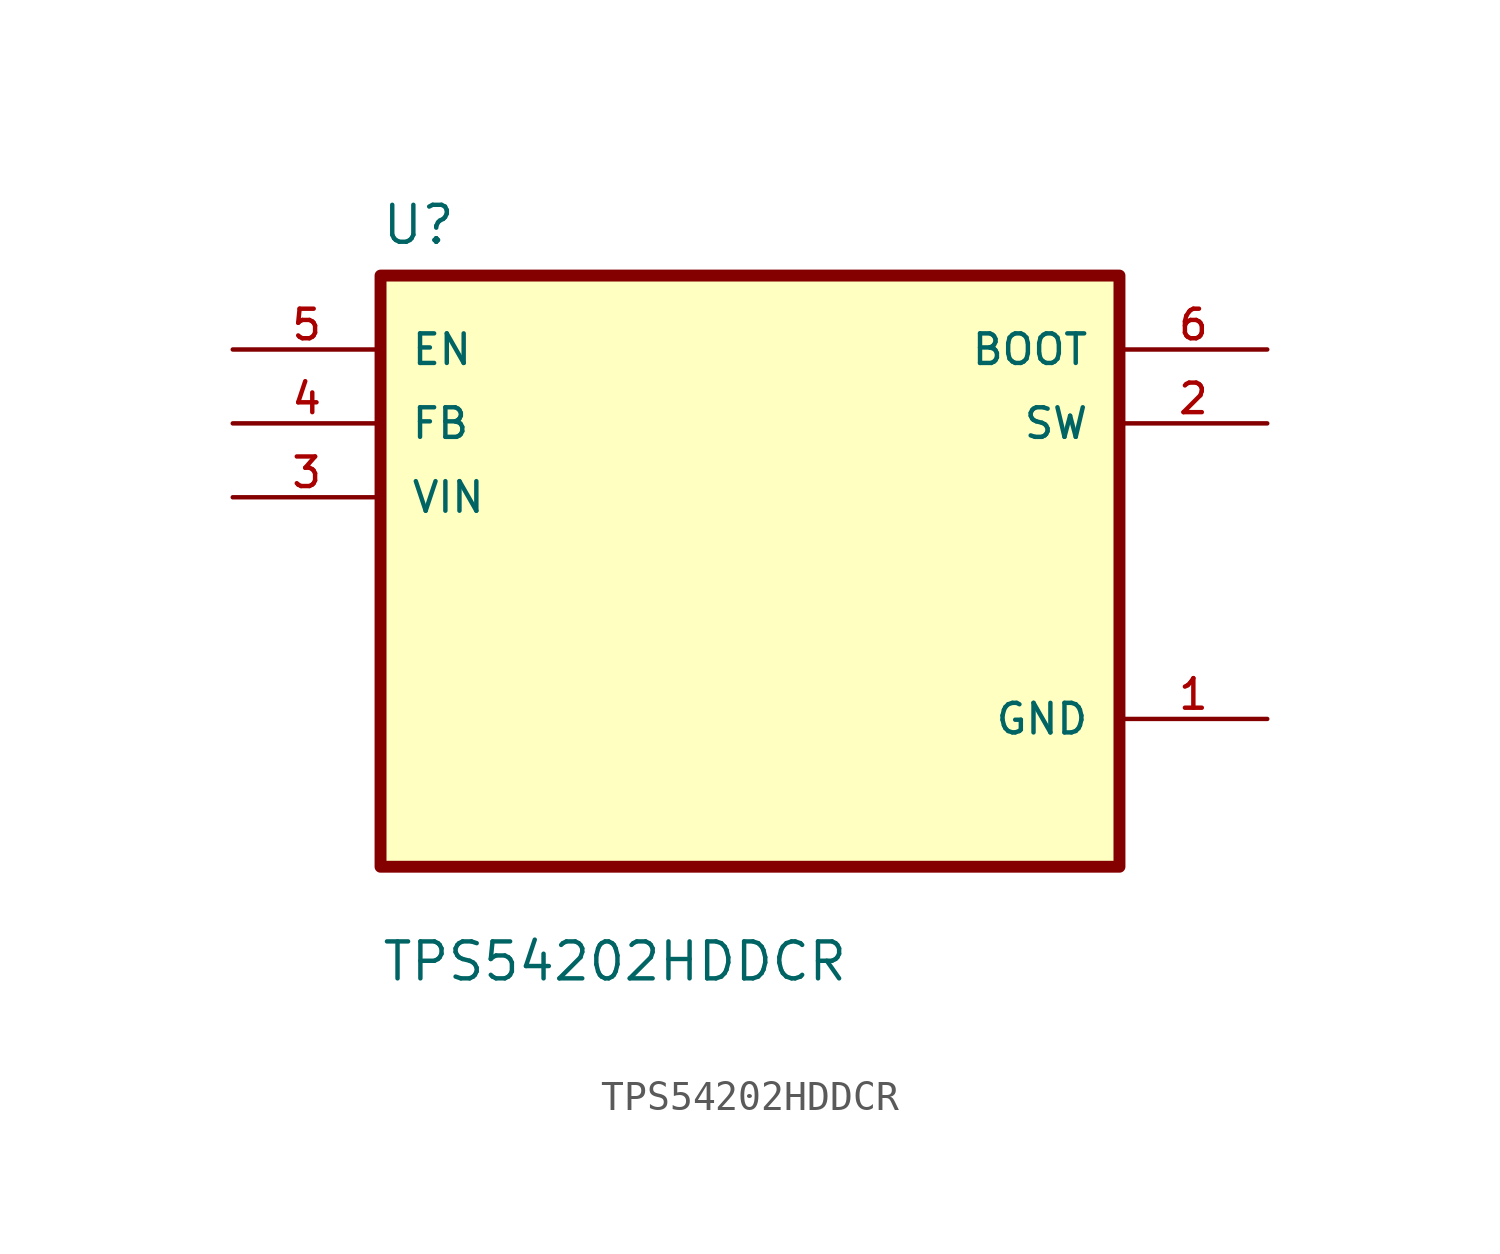
<source format=kicad_sym>
(kicad_symbol_lib
  (version 20211014)
  (generator kicad_symbol_editor)
  (symbol "TPS54202HDDCR"
    (pin_names
      (offset 1.016))
    (property "Reference" "U"
      (at -12.7 11.16 0.0)
      (effects (font (size 1.27 1.27)) (justify bottom left)))
    (property "Value" "TPS54202HDDCR"
      (at -12.7 -14.16 0.0)
      (effects (font (size 1.27 1.27)) (justify bottom left)))
    (symbol "TPS54202HDDCR_0_0"
      (rectangle (start -12.7 -10.16) (end 12.7 10.16) (stroke (width 0.41)) (fill (type background)))
      (pin input line (at -17.78 7.62 0) (length 5.08) (name "EN" (effects (font (size 1.016 1.016)))) (number "5" (effects (font (size 1.016 1.016)))))
      (pin input line (at -17.78 5.08 0) (length 5.08) (name "FB" (effects (font (size 1.016 1.016)))) (number "4" (effects (font (size 1.016 1.016)))))
      (pin input line (at -17.78 2.54 0) (length 5.08) (name "VIN" (effects (font (size 1.016 1.016)))) (number "3" (effects (font (size 1.016 1.016)))))
      (pin output line (at 17.78 7.62 180.0) (length 5.08) (name "BOOT" (effects (font (size 1.016 1.016)))) (number "6" (effects (font (size 1.016 1.016)))))
      (pin output line (at 17.78 5.08 180.0) (length 5.08) (name "SW" (effects (font (size 1.016 1.016)))) (number "2" (effects (font (size 1.016 1.016)))))
      (pin power_in line (at 17.78 -5.08 180.0) (length 5.08) (name "GND" (effects (font (size 1.016 1.016)))) (number "1" (effects (font (size 1.016 1.016))))))))
</source>
